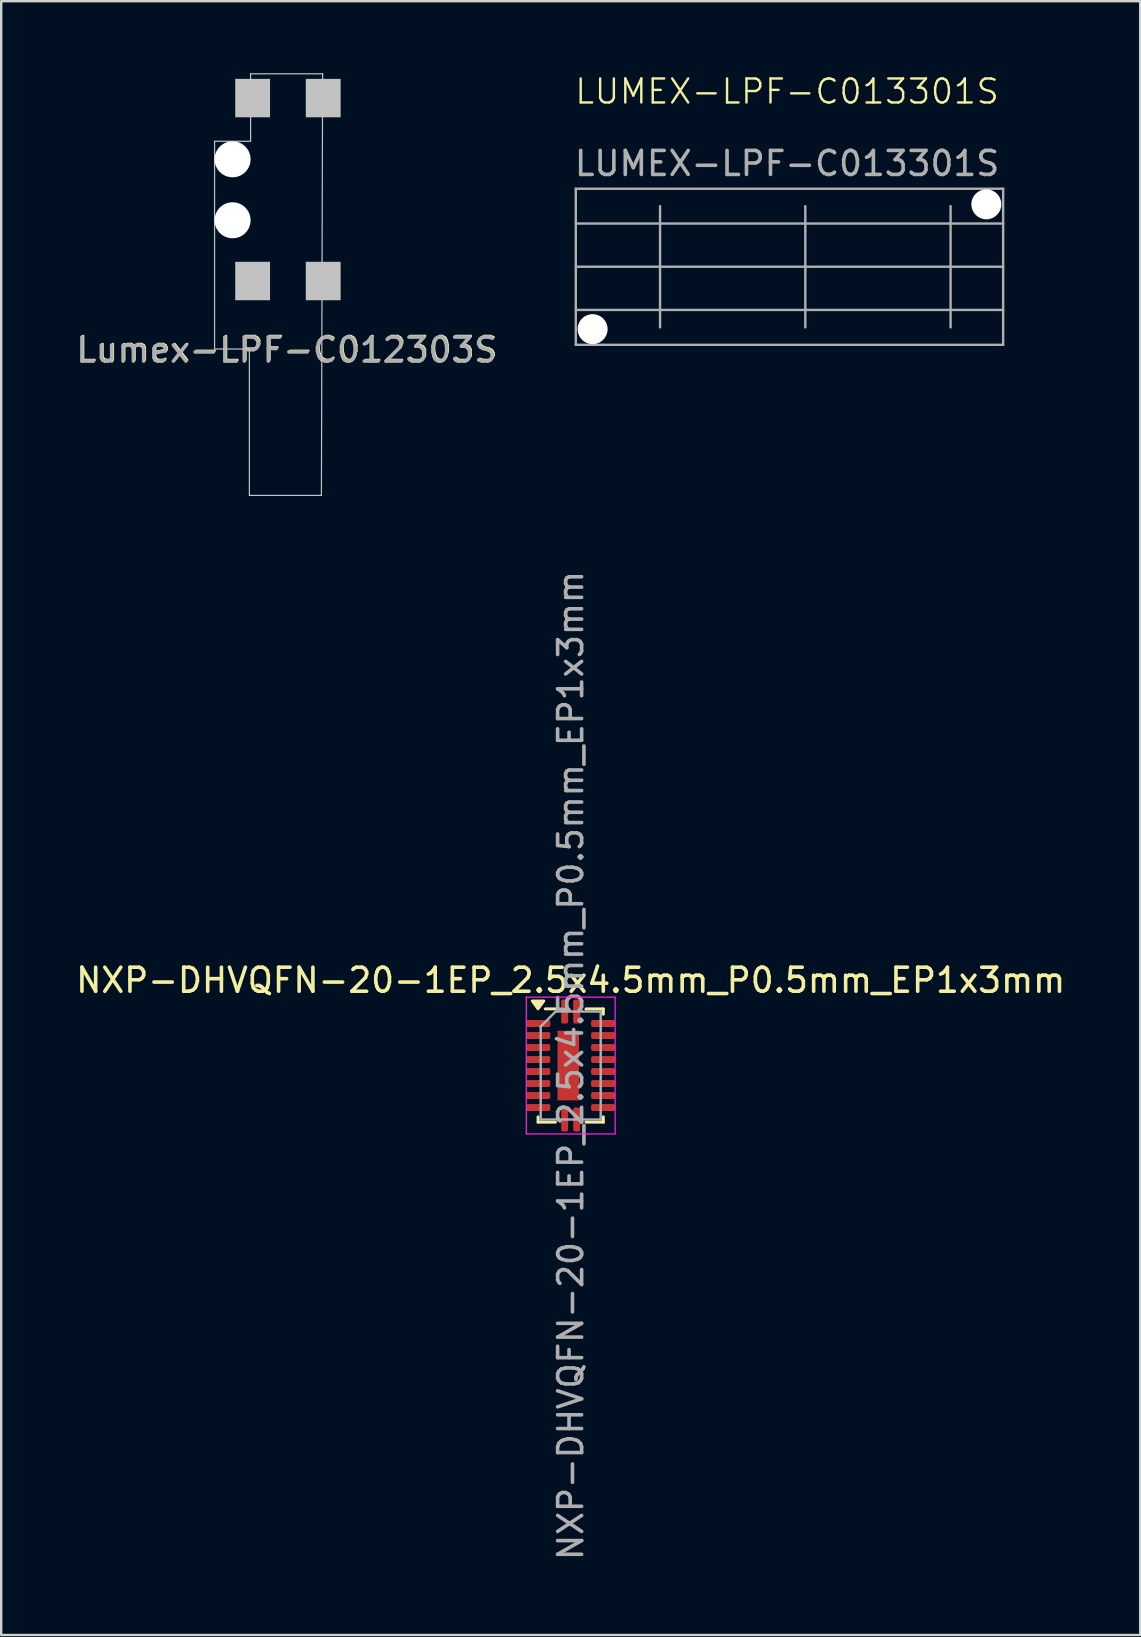
<source format=kicad_pcb>
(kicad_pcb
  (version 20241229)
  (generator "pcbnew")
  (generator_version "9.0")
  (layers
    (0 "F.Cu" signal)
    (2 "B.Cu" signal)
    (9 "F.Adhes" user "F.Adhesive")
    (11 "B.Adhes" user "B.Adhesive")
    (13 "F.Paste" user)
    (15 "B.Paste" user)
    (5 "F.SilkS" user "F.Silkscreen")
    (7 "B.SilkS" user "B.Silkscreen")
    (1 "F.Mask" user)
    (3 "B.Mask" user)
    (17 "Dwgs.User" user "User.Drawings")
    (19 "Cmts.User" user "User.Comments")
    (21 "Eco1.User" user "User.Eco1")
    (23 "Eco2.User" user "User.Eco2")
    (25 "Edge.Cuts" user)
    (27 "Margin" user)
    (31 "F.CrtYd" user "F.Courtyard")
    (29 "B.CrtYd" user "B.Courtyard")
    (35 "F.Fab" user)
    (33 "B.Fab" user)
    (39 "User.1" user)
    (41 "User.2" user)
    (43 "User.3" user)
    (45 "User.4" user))
  (footprint "Lumex-LPF-C012303S"
    (layer "F.Cu")
    (at 8.887 11.485)
    (property "Reference" "Lumex-LPF-C012303S" (at 0.05 0 0) (unlocked yes) (layer "F.SilkS") (effects (font (size 1 1) (thickness 0.1))))
    (attr through_hole)
    (fp_line (start -3 -8.65) (end -3 0) (stroke (width 0.05) (type default)) (layer "Dwgs.User"))
    (fp_line (start -1.55 0) (end -3 0) (stroke (width 0.05) (type default)) (layer "Dwgs.User"))
    (fp_line (start -1.55 6.1) (end -1.55 0) (stroke (width 0.05) (type default)) (layer "Dwgs.User"))
    (fp_line (start -1.5 -11.46) (end 1.5 -11.46) (stroke (width 0.05) (type default)) (layer "Dwgs.User"))
    (fp_line (start -1.5 -8.65) (end -3 -8.65) (stroke (width 0.05) (type default)) (layer "Dwgs.User"))
    (fp_line (start -1.5 -8.65) (end -1.5 -11.46) (stroke (width 0.05) (type default)) (layer "Dwgs.User"))
    (fp_line (start 1.45 6.1) (end -1.55 6.1) (stroke (width 0.05) (type default)) (layer "Dwgs.User"))
    (fp_line (start 1.5 -11.46) (end 1.45 6.1) (stroke (width 0.05) (type default)) (layer "Dwgs.User"))
    (fp_text user "${REFERENCE}" (at 0 0.05 0) (unlocked yes) (layer "F.Fab") (effects (font (size 1 1) (thickness 0.15))))
    (pad "" np_thru_hole circle (at -2.25 -7.9) (size 1.5 1.5) (drill 1.5) (layers "*.Cu" "*.Mask"))
    (pad "" np_thru_hole circle (at -2.25 -5.36) (size 1.5 1.5) (drill 1.5) (layers "*.Cu" "*.Mask"))
    (pad "" smd rect (at -1.415 -10.45 90) (size 1.6 1.45) (layers "Dwgs.User"))
    (pad "" smd rect (at -1.415 -2.83 90) (size 1.6 1.45) (layers "Dwgs.User"))
    (pad "" smd rect (at 1.525 -10.45 90) (size 1.6 1.45) (layers "Dwgs.User"))
    (pad "" smd rect (at 1.525 -2.83 90) (size 1.6 1.45) (layers "Dwgs.User")))
  (footprint "LUMEX-LPF-C013301S"
    (layer "F.Cu")
    (at 29.832 8.06)
    (property "Reference" "LUMEX-LPF-C013301S" (at -0.1 -7.3 0) (unlocked yes) (layer "F.SilkS") (effects (font (size 1 1) (thickness 0.1))))
    (attr through_hole)
    (fp_line (start -8.9 -3.25) (end -8.9 3.25) (stroke (width 0.1) (type default)) (layer "F.Fab"))
    (fp_line (start -8.9 -3.25) (end 8.9 -3.25) (stroke (width 0.1) (type default)) (layer "F.Fab"))
    (fp_line (start -8.9 -1.8) (end 8.9 -1.8) (stroke (width 0.1) (type default)) (layer "F.Fab"))
    (fp_line (start -8.9 0) (end 8.9 0) (stroke (width 0.1) (type default)) (layer "F.Fab"))
    (fp_line (start -8.9 1.8) (end 8.9 1.8) (stroke (width 0.1) (type default)) (layer "F.Fab"))
    (fp_line (start -8.9 3.25) (end 8.9 3.25) (stroke (width 0.1) (type default)) (layer "F.Fab"))
    (fp_line (start -5.39 -2.525) (end -5.39 2.525) (stroke (width 0.1) (type default)) (layer "F.Fab"))
    (fp_line (start 0.66 -2.525) (end 0.66 2.525) (stroke (width 0.1) (type default)) (layer "F.Fab"))
    (fp_line (start 6.71 -2.525) (end 6.71 2.525) (stroke (width 0.1) (type default)) (layer "F.Fab"))
    (fp_line (start 8.9 -3.25) (end 8.9 3.25) (stroke (width 0.1) (type default)) (layer "F.Fab"))
    (fp_text user "${REFERENCE}" (at -0.1 -4.3 0) (unlocked yes) (layer "F.Fab") (effects (font (size 1 1) (thickness 0.15))))
    (pad "" np_thru_hole circle (at -8.2 2.6) (size 1.25 1.25) (drill 1.25) (layers "*.Cu" "*.Mask"))
    (pad "" np_thru_hole circle (at 8.2 -2.6) (size 1.25 1.25) (drill 1.25) (layers "*.Cu" "*.Mask")))
  (footprint "NXP-DHVQFN-20-1EP_2.5x4.5mm_P0.5mm_EP1x3mm"
    (layer "F.Cu")
    (at 20.72 41.33)
    (property "Reference" "NXP-DHVQFN-20-1EP_2.5x4.5mm_P0.5mm_EP1x3mm" (at 0 -3.55 0) (layer "F.SilkS") (effects (font (size 1 1) (thickness 0.15))))
    (attr smd)
    (fp_line (start -1.36 2.36) (end -1.36 2.135) (stroke (width 0.12) (type solid)) (layer "F.SilkS"))
    (fp_line (start -0.635 -2.36) (end -1.06 -2.36) (stroke (width 0.12) (type solid)) (layer "F.SilkS"))
    (fp_line (start -0.635 2.36) (end -1.36 2.36) (stroke (width 0.12) (type solid)) (layer "F.SilkS"))
    (fp_line (start 0.635 -2.36) (end 1.36 -2.36) (stroke (width 0.12) (type solid)) (layer "F.SilkS"))
    (fp_line (start 0.635 2.36) (end 1.36 2.36) (stroke (width 0.12) (type solid)) (layer "F.SilkS"))
    (fp_line (start 1.36 -2.36) (end 1.36 -2.135) (stroke (width 0.12) (type solid)) (layer "F.SilkS"))
    (fp_line (start 1.36 2.36) (end 1.36 2.135) (stroke (width 0.12) (type solid)) (layer "F.SilkS"))
    (fp_poly (pts (xy -1.36 -2.36) (xy -1.6 -2.69) (xy -1.12 -2.69) (xy -1.36 -2.36)) (stroke (width 0.12) (type solid)) (fill yes) (layer "F.SilkS"))
    (fp_line (start -1.85 -2.85) (end -1.85 2.85) (stroke (width 0.05) (type solid)) (layer "F.CrtYd"))
    (fp_line (start -1.85 2.85) (end 1.85 2.85) (stroke (width 0.05) (type solid)) (layer "F.CrtYd"))
    (fp_line (start 1.85 -2.85) (end -1.85 -2.85) (stroke (width 0.05) (type solid)) (layer "F.CrtYd"))
    (fp_line (start 1.85 2.85) (end 1.85 -2.85) (stroke (width 0.05) (type solid)) (layer "F.CrtYd"))
    (fp_line (start -1.25 -1.625) (end -0.625 -2.25) (stroke (width 0.1) (type solid)) (layer "F.Fab"))
    (fp_line (start -1.25 2.25) (end -1.25 -1.625) (stroke (width 0.1) (type solid)) (layer "F.Fab"))
    (fp_line (start -0.625 -2.25) (end 1.25 -2.25) (stroke (width 0.1) (type solid)) (layer "F.Fab"))
    (fp_line (start 1.25 -2.25) (end 1.25 2.25) (stroke (width 0.1) (type solid)) (layer "F.Fab"))
    (fp_line (start 1.25 2.25) (end -1.25 2.25) (stroke (width 0.1) (type solid)) (layer "F.Fab"))
    (fp_text user "${REFERENCE}" (at 0 0 90) (layer "F.Fab") (effects (font (size 1 1) (thickness 0.15))))
    (pad "" smd roundrect (at -0.1 -0.525) (size 0.4 0.65) (layers "F.Paste") (roundrect_rratio 0.125))
    (pad "" smd roundrect (at -0.1 0.525) (size 0.4 0.65) (layers "F.Paste") (roundrect_rratio 0.125))
    (pad "1" smd roundrect (at -0.25 -2.25) (size 0.29 1) (layers "F.Cu" "F.Mask" "F.Paste") (roundrect_rratio 0.25))
    (pad "2" smd roundrect (at -1.35 -1.75) (size 1 0.29) (layers "F.Cu" "F.Mask" "F.Paste") (roundrect_rratio 0.25))
    (pad "3" smd roundrect (at -1.35 -1.25) (size 1 0.29) (layers "F.Cu" "F.Mask" "F.Paste") (roundrect_rratio 0.25))
    (pad "4" smd roundrect (at -1.35 -0.75) (size 1 0.29) (layers "F.Cu" "F.Mask" "F.Paste") (roundrect_rratio 0.25))
    (pad "5" smd roundrect (at -1.35 -0.25) (size 1 0.29) (layers "F.Cu" "F.Mask" "F.Paste") (roundrect_rratio 0.25))
    (pad "6" smd roundrect (at -1.35 0.25) (size 1 0.29) (layers "F.Cu" "F.Mask" "F.Paste") (roundrect_rratio 0.25))
    (pad "7" smd roundrect (at -1.35 0.75) (size 1 0.29) (layers "F.Cu" "F.Mask" "F.Paste") (roundrect_rratio 0.25))
    (pad "8" smd roundrect (at -1.35 1.25) (size 1 0.29) (layers "F.Cu" "F.Mask" "F.Paste") (roundrect_rratio 0.25))
    (pad "9" smd roundrect (at -1.35 1.75) (size 1 0.29) (layers "F.Cu" "F.Mask" "F.Paste") (roundrect_rratio 0.25))
    (pad "10" smd roundrect (at -0.25 2.25) (size 0.29 1) (layers "F.Cu" "F.Mask" "F.Paste") (roundrect_rratio 0.25))
    (pad "11" smd roundrect (at 0.25 2.25) (size 0.29 1) (layers "F.Cu" "F.Mask" "F.Paste") (roundrect_rratio 0.25))
    (pad "12" smd roundrect (at 1.35 1.75) (size 1 0.29) (layers "F.Cu" "F.Mask" "F.Paste") (roundrect_rratio 0.25))
    (pad "13" smd roundrect (at 1.35 1.25) (size 1 0.29) (layers "F.Cu" "F.Mask" "F.Paste") (roundrect_rratio 0.25))
    (pad "14" smd roundrect (at 1.35 0.75) (size 1 0.29) (layers "F.Cu" "F.Mask" "F.Paste") (roundrect_rratio 0.25))
    (pad "15" smd roundrect (at 1.35 0.25) (size 1 0.29) (layers "F.Cu" "F.Mask" "F.Paste") (roundrect_rratio 0.25))
    (pad "16" smd roundrect (at 1.35 -0.25) (size 1 0.29) (layers "F.Cu" "F.Mask" "F.Paste") (roundrect_rratio 0.25))
    (pad "17" smd roundrect (at 1.35 -0.75) (size 1 0.29) (layers "F.Cu" "F.Mask" "F.Paste") (roundrect_rratio 0.25))
    (pad "18" smd roundrect (at 1.35 -1.25) (size 1 0.29) (layers "F.Cu" "F.Mask" "F.Paste") (roundrect_rratio 0.25))
    (pad "19" smd roundrect (at 1.35 -1.75) (size 1 0.29) (layers "F.Cu" "F.Mask" "F.Paste") (roundrect_rratio 0.25))
    (pad "20" smd roundrect (at 0.25 -2.25) (size 0.29 1) (layers "F.Cu" "F.Mask" "F.Paste") (roundrect_rratio 0.25))
    (pad "21" smd rect (at -0.1 0) (size 0.9 2.9) (property pad_prop_heatsink) (layers "F.Cu" "F.Mask")))
  (gr_rect
    (start -3 -3)
    (end 44.44 65.05)
    (stroke (width 0.1) (type default))
    (fill no)
    (layer "Edge.Cuts")))
</source>
